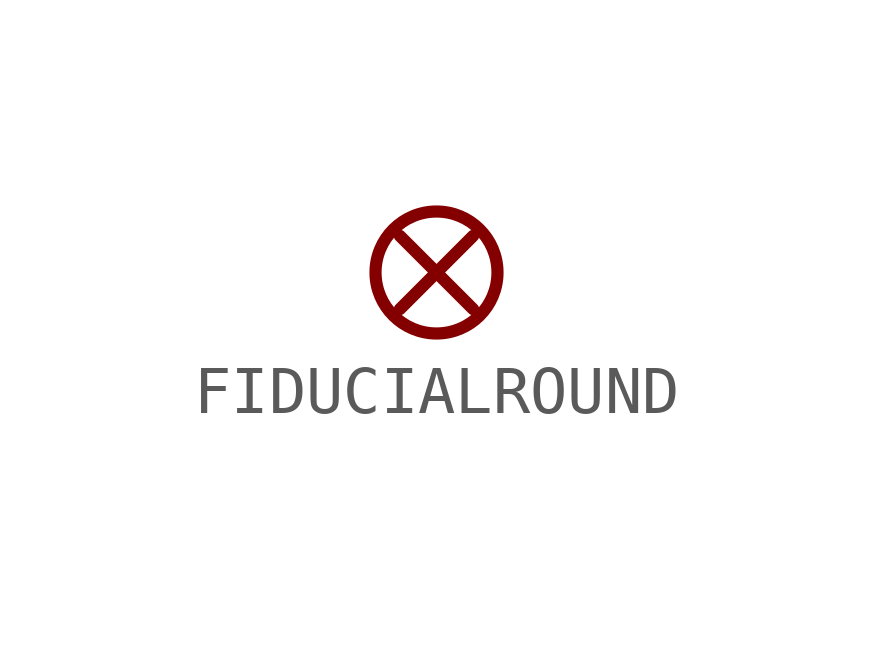
<source format=kicad_sym>
(kicad_symbol_lib
  (version 20211014)
  (generator kicad_symbol_editor)
  (symbol "FIDUCIALROUND"
    (property "Reference" "FID"
      (at 0 0 0)
      (effects (font (size 1.27 1.27)) hide))
    (property "ki_locked" ""
      (at 0 0 0)
      (effects (font (size 1.27 1.27))))
    (symbol "FIDUCIALROUND_1_0"
      (polyline (pts (xy -0.762 0.762) (xy 0.762 -0.762)) (stroke (width 0.254) (type default) (color 0 0 0 0)) (fill (type none)))
      (polyline (pts (xy 0.762 0.762) (xy -0.762 -0.762)) (stroke (width 0.254) (type default) (color 0 0 0 0)) (fill (type none)))
      (circle (center 0 0) (radius 1.27) (stroke (width 0.254) (type default) (color 0 0 0 0)) (fill (type none))))))
</source>
